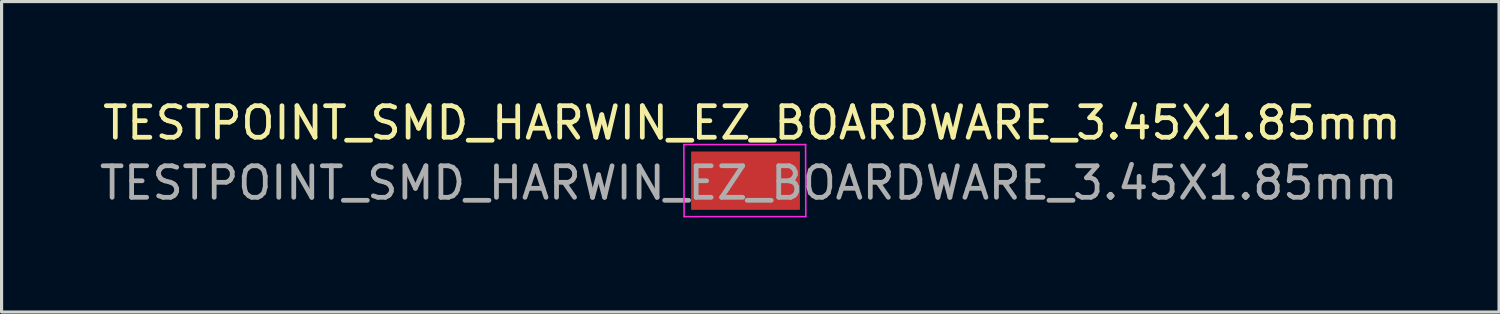
<source format=kicad_pcb>
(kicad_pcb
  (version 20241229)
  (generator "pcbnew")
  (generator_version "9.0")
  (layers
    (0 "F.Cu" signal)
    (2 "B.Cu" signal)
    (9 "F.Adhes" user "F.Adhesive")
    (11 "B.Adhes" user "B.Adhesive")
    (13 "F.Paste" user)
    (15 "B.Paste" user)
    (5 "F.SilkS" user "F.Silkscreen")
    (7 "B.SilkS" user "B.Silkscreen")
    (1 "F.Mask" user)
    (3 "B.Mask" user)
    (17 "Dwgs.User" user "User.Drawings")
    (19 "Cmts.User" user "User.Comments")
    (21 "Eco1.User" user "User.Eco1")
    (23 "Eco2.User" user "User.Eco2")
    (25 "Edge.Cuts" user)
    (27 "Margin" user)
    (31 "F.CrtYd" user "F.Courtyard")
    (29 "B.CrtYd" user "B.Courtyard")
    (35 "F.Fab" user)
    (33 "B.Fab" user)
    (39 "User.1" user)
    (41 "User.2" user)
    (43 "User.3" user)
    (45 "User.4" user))
  (footprint "TESTPOINT_SMD_HARWIN_EZ_BOARDWARE_3.45X1.85mm"
    (layer "F.Cu")
    (at 20.62 2.677)
    (property "Reference" "TESTPOINT_SMD_HARWIN_EZ_BOARDWARE_3.45X1.85mm" (at 0.178 -1.829 0) (layer "F.SilkS") (effects (font (size 1 1) (thickness 0.15))))
    (attr through_hole)
    (fp_line (start -1.981 -1.143) (end -1.974 1.144) (stroke (width 0.05) (type solid)) (layer "F.CrtYd"))
    (fp_line (start 1.88 -1.143) (end 1.887 1.144) (stroke (width 0.05) (type solid)) (layer "F.CrtYd"))
    (fp_line (start 1.88 -1.142) (end -1.974 -1.142) (stroke (width 0.05) (type solid)) (layer "F.CrtYd"))
    (fp_line (start 1.88 1.144) (end -1.974 1.144) (stroke (width 0.05) (type solid)) (layer "F.CrtYd"))
    (fp_text user "${REFERENCE}" (at 0.076 0.076 0) (layer "F.Fab") (effects (font (size 1 1) (thickness 0.15))))
    (pad "1" smd rect (at -0.025 0.003) (size 3.45 1.85) (layers "F.Cu" "F.Mask")))
  (gr_rect
    (start -3 -3)
    (end 44.494 6.846)
    (stroke (width 0.1) (type default))
    (fill no)
    (layer "Edge.Cuts")))
</source>
